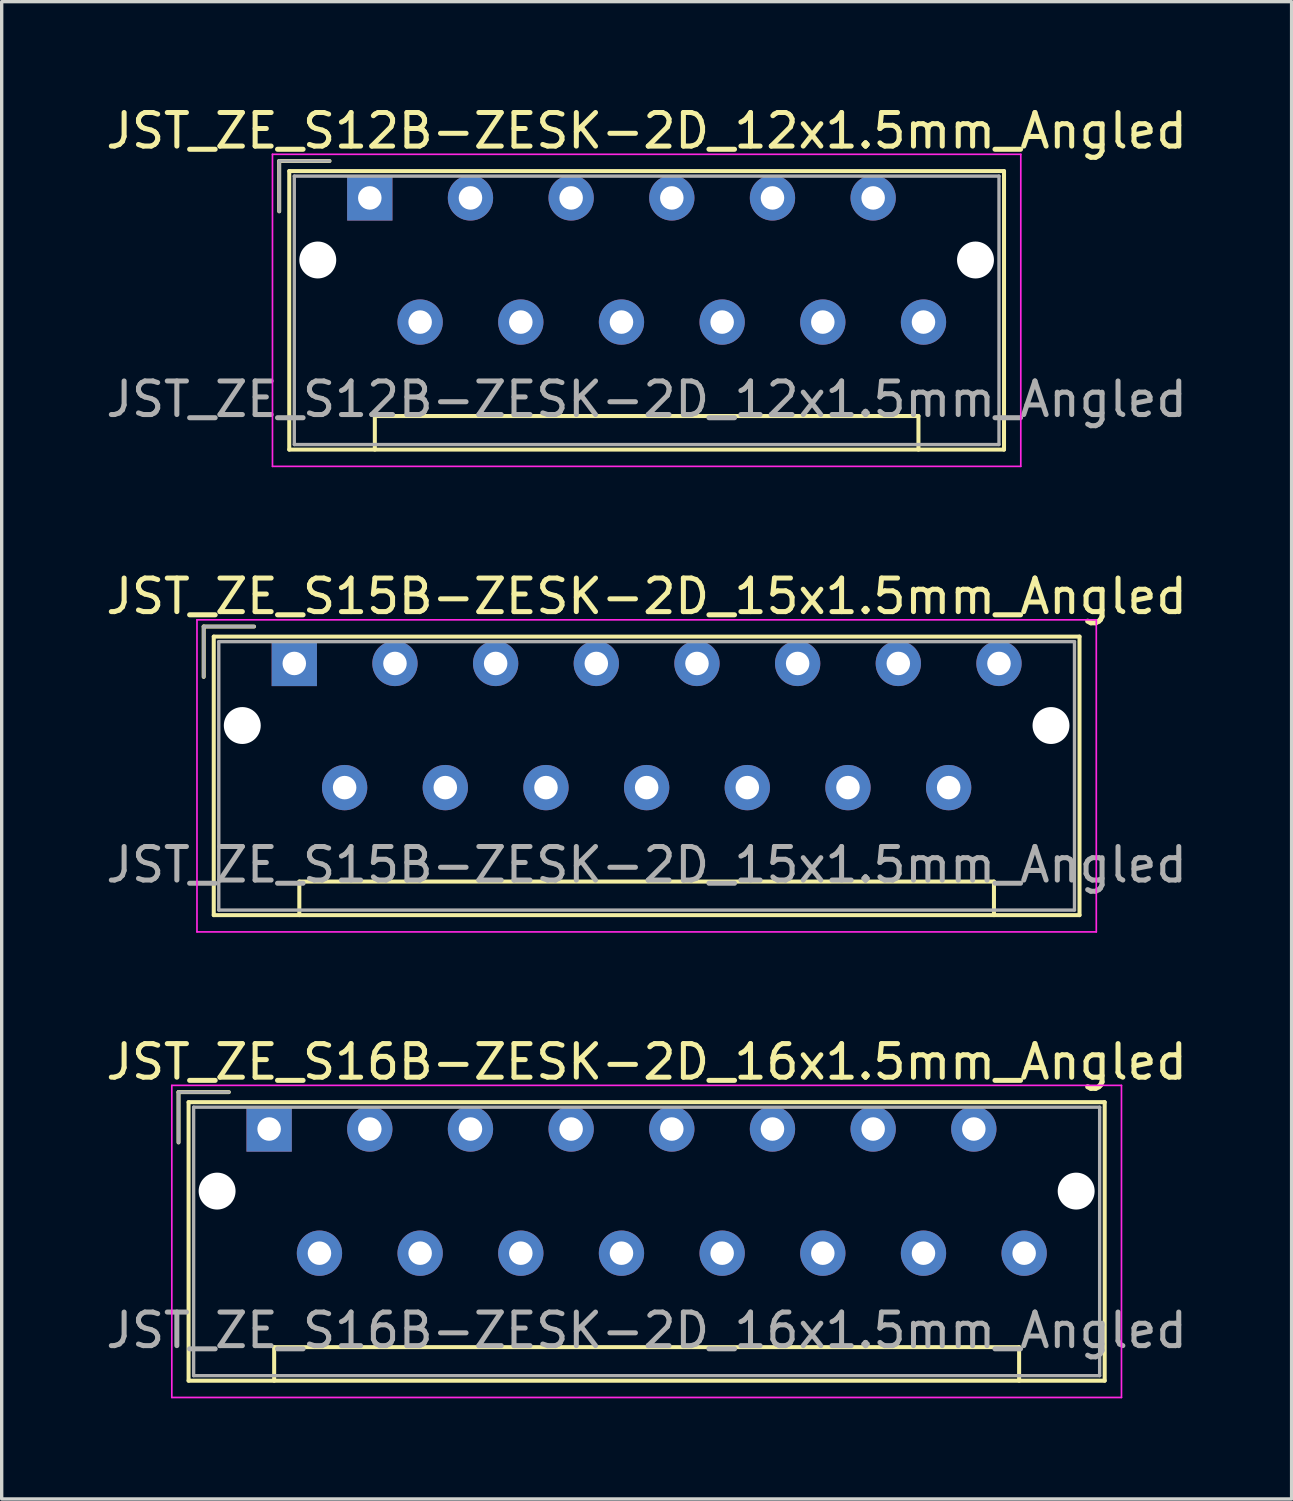
<source format=kicad_pcb>
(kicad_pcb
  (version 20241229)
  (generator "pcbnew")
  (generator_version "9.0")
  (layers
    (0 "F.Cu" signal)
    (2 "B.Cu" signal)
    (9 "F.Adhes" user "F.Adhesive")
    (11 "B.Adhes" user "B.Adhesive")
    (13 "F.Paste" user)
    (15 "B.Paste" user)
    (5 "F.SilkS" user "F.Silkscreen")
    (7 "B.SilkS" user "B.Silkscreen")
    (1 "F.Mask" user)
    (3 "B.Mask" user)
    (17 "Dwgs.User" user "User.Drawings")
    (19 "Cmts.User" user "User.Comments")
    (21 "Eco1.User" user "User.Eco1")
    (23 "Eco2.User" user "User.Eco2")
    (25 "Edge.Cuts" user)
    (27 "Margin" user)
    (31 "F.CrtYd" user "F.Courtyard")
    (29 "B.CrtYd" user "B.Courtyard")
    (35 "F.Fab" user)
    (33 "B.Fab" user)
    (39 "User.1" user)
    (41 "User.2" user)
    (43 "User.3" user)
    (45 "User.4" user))
  (footprint "JST_ZE_S16B-ZESK-2D_16x1.5mm_Angled"
    (layer "F.Cu")
    (at 4.97 30.595)
    (property "Reference" "JST_ZE_S16B-ZESK-2D_16x1.5mm_Angled" (at 11.25 -2 0) (layer "F.SilkS") (effects (font (size 1 1) (thickness 0.15))))
    (attr through_hole)
    (fp_line (start -2.7 -1.1) (end -1.2 -1.1) (stroke (width 0.12) (type solid)) (layer "F.SilkS"))
    (fp_line (start -2.7 0.4) (end -2.7 -1.1) (stroke (width 0.12) (type solid)) (layer "F.SilkS"))
    (fp_line (start -2.4 -0.8) (end -2.4 7.5) (stroke (width 0.12) (type solid)) (layer "F.SilkS"))
    (fp_line (start -2.4 7.5) (end 24.9 7.5) (stroke (width 0.12) (type solid)) (layer "F.SilkS"))
    (fp_line (start 0.15 6.5) (end 22.35 6.5) (stroke (width 0.12) (type solid)) (layer "F.SilkS"))
    (fp_line (start 0.15 7.5) (end 0.15 6.5) (stroke (width 0.12) (type solid)) (layer "F.SilkS"))
    (fp_line (start 22.35 6.5) (end 22.35 7.5) (stroke (width 0.12) (type solid)) (layer "F.SilkS"))
    (fp_line (start 24.9 -0.8) (end -2.4 -0.8) (stroke (width 0.12) (type solid)) (layer "F.SilkS"))
    (fp_line (start 24.9 7.5) (end 24.9 -0.8) (stroke (width 0.12) (type solid)) (layer "F.SilkS"))
    (fp_line (start -2.9 -1.3) (end -2.9 8) (stroke (width 0.05) (type solid)) (layer "F.CrtYd"))
    (fp_line (start -2.9 8) (end 25.4 8) (stroke (width 0.05) (type solid)) (layer "F.CrtYd"))
    (fp_line (start 25.4 -1.3) (end -2.9 -1.3) (stroke (width 0.05) (type solid)) (layer "F.CrtYd"))
    (fp_line (start 25.4 8) (end 25.4 -1.3) (stroke (width 0.05) (type solid)) (layer "F.CrtYd"))
    (fp_line (start -2.7 -1.1) (end -1.2 -1.1) (stroke (width 0.1) (type solid)) (layer "F.Fab"))
    (fp_line (start -2.7 0.4) (end -2.7 -1.1) (stroke (width 0.1) (type solid)) (layer "F.Fab"))
    (fp_line (start -2.25 -0.65) (end -2.25 7.35) (stroke (width 0.1) (type solid)) (layer "F.Fab"))
    (fp_line (start -2.25 7.35) (end 24.75 7.35) (stroke (width 0.1) (type solid)) (layer "F.Fab"))
    (fp_line (start 24.75 -0.65) (end -2.25 -0.65) (stroke (width 0.1) (type solid)) (layer "F.Fab"))
    (fp_line (start 24.75 7.35) (end 24.75 -0.65) (stroke (width 0.1) (type solid)) (layer "F.Fab"))
    (fp_text user "${REFERENCE}" (at 11.25 6 0) (layer "F.Fab") (effects (font (size 1 1) (thickness 0.15))))
    (pad "" np_thru_hole circle (at -1.55 1.85) (size 1.1 1.1) (drill 1.1) (layers "*.Cu"))
    (pad "" np_thru_hole circle (at 24.05 1.85) (size 1.1 1.1) (drill 1.1) (layers "*.Cu"))
    (pad "1" thru_hole rect (at 0 0) (size 1.35 1.35) (drill 0.7) (layers "*.Cu" "*.Mask"))
    (pad "2" thru_hole circle (at 1.5 3.7) (size 1.35 1.35) (drill 0.7) (layers "*.Cu" "*.Mask"))
    (pad "3" thru_hole circle (at 3 0) (size 1.35 1.35) (drill 0.7) (layers "*.Cu" "*.Mask"))
    (pad "4" thru_hole circle (at 4.5 3.7) (size 1.35 1.35) (drill 0.7) (layers "*.Cu" "*.Mask"))
    (pad "5" thru_hole circle (at 6 0) (size 1.35 1.35) (drill 0.7) (layers "*.Cu" "*.Mask"))
    (pad "6" thru_hole circle (at 7.5 3.7) (size 1.35 1.35) (drill 0.7) (layers "*.Cu" "*.Mask"))
    (pad "7" thru_hole circle (at 9 0) (size 1.35 1.35) (drill 0.7) (layers "*.Cu" "*.Mask"))
    (pad "8" thru_hole circle (at 10.5 3.7) (size 1.35 1.35) (drill 0.7) (layers "*.Cu" "*.Mask"))
    (pad "9" thru_hole circle (at 12 0) (size 1.35 1.35) (drill 0.7) (layers "*.Cu" "*.Mask"))
    (pad "10" thru_hole circle (at 13.5 3.7) (size 1.35 1.35) (drill 0.7) (layers "*.Cu" "*.Mask"))
    (pad "11" thru_hole circle (at 15 0) (size 1.35 1.35) (drill 0.7) (layers "*.Cu" "*.Mask"))
    (pad "12" thru_hole circle (at 16.5 3.7) (size 1.35 1.35) (drill 0.7) (layers "*.Cu" "*.Mask"))
    (pad "13" thru_hole circle (at 18 0) (size 1.35 1.35) (drill 0.7) (layers "*.Cu" "*.Mask"))
    (pad "14" thru_hole circle (at 19.5 3.7) (size 1.35 1.35) (drill 0.7) (layers "*.Cu" "*.Mask"))
    (pad "15" thru_hole circle (at 21 0) (size 1.35 1.35) (drill 0.7) (layers "*.Cu" "*.Mask"))
    (pad "16" thru_hole circle (at 22.5 3.7) (size 1.35 1.35) (drill 0.7) (layers "*.Cu" "*.Mask")))
  (footprint "JST_ZE_S15B-ZESK-2D_15x1.5mm_Angled"
    (layer "F.Cu")
    (at 5.72 16.721)
    (property "Reference" "JST_ZE_S15B-ZESK-2D_15x1.5mm_Angled" (at 10.5 -2 0) (layer "F.SilkS") (effects (font (size 1 1) (thickness 0.15))))
    (attr through_hole)
    (fp_line (start -2.7 -1.1) (end -1.2 -1.1) (stroke (width 0.12) (type solid)) (layer "F.SilkS"))
    (fp_line (start -2.7 0.4) (end -2.7 -1.1) (stroke (width 0.12) (type solid)) (layer "F.SilkS"))
    (fp_line (start -2.4 -0.8) (end -2.4 7.5) (stroke (width 0.12) (type solid)) (layer "F.SilkS"))
    (fp_line (start -2.4 7.5) (end 23.4 7.5) (stroke (width 0.12) (type solid)) (layer "F.SilkS"))
    (fp_line (start 0.15 6.5) (end 20.85 6.5) (stroke (width 0.12) (type solid)) (layer "F.SilkS"))
    (fp_line (start 0.15 7.5) (end 0.15 6.5) (stroke (width 0.12) (type solid)) (layer "F.SilkS"))
    (fp_line (start 20.85 6.5) (end 20.85 7.5) (stroke (width 0.12) (type solid)) (layer "F.SilkS"))
    (fp_line (start 23.4 -0.8) (end -2.4 -0.8) (stroke (width 0.12) (type solid)) (layer "F.SilkS"))
    (fp_line (start 23.4 7.5) (end 23.4 -0.8) (stroke (width 0.12) (type solid)) (layer "F.SilkS"))
    (fp_line (start -2.9 -1.3) (end -2.9 8) (stroke (width 0.05) (type solid)) (layer "F.CrtYd"))
    (fp_line (start -2.9 8) (end 23.9 8) (stroke (width 0.05) (type solid)) (layer "F.CrtYd"))
    (fp_line (start 23.9 -1.3) (end -2.9 -1.3) (stroke (width 0.05) (type solid)) (layer "F.CrtYd"))
    (fp_line (start 23.9 8) (end 23.9 -1.3) (stroke (width 0.05) (type solid)) (layer "F.CrtYd"))
    (fp_line (start -2.7 -1.1) (end -1.2 -1.1) (stroke (width 0.1) (type solid)) (layer "F.Fab"))
    (fp_line (start -2.7 0.4) (end -2.7 -1.1) (stroke (width 0.1) (type solid)) (layer "F.Fab"))
    (fp_line (start -2.25 -0.65) (end -2.25 7.35) (stroke (width 0.1) (type solid)) (layer "F.Fab"))
    (fp_line (start -2.25 7.35) (end 23.25 7.35) (stroke (width 0.1) (type solid)) (layer "F.Fab"))
    (fp_line (start 23.25 -0.65) (end -2.25 -0.65) (stroke (width 0.1) (type solid)) (layer "F.Fab"))
    (fp_line (start 23.25 7.35) (end 23.25 -0.65) (stroke (width 0.1) (type solid)) (layer "F.Fab"))
    (fp_text user "${REFERENCE}" (at 10.5 6 0) (layer "F.Fab") (effects (font (size 1 1) (thickness 0.15))))
    (pad "" np_thru_hole circle (at -1.55 1.85) (size 1.1 1.1) (drill 1.1) (layers "*.Cu"))
    (pad "" np_thru_hole circle (at 22.55 1.85) (size 1.1 1.1) (drill 1.1) (layers "*.Cu"))
    (pad "1" thru_hole rect (at 0 0) (size 1.35 1.35) (drill 0.7) (layers "*.Cu" "*.Mask"))
    (pad "2" thru_hole circle (at 1.5 3.7) (size 1.35 1.35) (drill 0.7) (layers "*.Cu" "*.Mask"))
    (pad "3" thru_hole circle (at 3 0) (size 1.35 1.35) (drill 0.7) (layers "*.Cu" "*.Mask"))
    (pad "4" thru_hole circle (at 4.5 3.7) (size 1.35 1.35) (drill 0.7) (layers "*.Cu" "*.Mask"))
    (pad "5" thru_hole circle (at 6 0) (size 1.35 1.35) (drill 0.7) (layers "*.Cu" "*.Mask"))
    (pad "6" thru_hole circle (at 7.5 3.7) (size 1.35 1.35) (drill 0.7) (layers "*.Cu" "*.Mask"))
    (pad "7" thru_hole circle (at 9 0) (size 1.35 1.35) (drill 0.7) (layers "*.Cu" "*.Mask"))
    (pad "8" thru_hole circle (at 10.5 3.7) (size 1.35 1.35) (drill 0.7) (layers "*.Cu" "*.Mask"))
    (pad "9" thru_hole circle (at 12 0) (size 1.35 1.35) (drill 0.7) (layers "*.Cu" "*.Mask"))
    (pad "10" thru_hole circle (at 13.5 3.7) (size 1.35 1.35) (drill 0.7) (layers "*.Cu" "*.Mask"))
    (pad "11" thru_hole circle (at 15 0) (size 1.35 1.35) (drill 0.7) (layers "*.Cu" "*.Mask"))
    (pad "12" thru_hole circle (at 16.5 3.7) (size 1.35 1.35) (drill 0.7) (layers "*.Cu" "*.Mask"))
    (pad "13" thru_hole circle (at 18 0) (size 1.35 1.35) (drill 0.7) (layers "*.Cu" "*.Mask"))
    (pad "14" thru_hole circle (at 19.5 3.7) (size 1.35 1.35) (drill 0.7) (layers "*.Cu" "*.Mask"))
    (pad "15" thru_hole circle (at 21 0) (size 1.35 1.35) (drill 0.7) (layers "*.Cu" "*.Mask")))
  (footprint "JST_ZE_S12B-ZESK-2D_12x1.5mm_Angled"
    (layer "F.Cu")
    (at 7.97 2.848)
    (property "Reference" "JST_ZE_S12B-ZESK-2D_12x1.5mm_Angled" (at 8.25 -2 0) (layer "F.SilkS") (effects (font (size 1 1) (thickness 0.15))))
    (attr through_hole)
    (fp_line (start -2.7 -1.1) (end -1.2 -1.1) (stroke (width 0.12) (type solid)) (layer "F.SilkS"))
    (fp_line (start -2.7 0.4) (end -2.7 -1.1) (stroke (width 0.12) (type solid)) (layer "F.SilkS"))
    (fp_line (start -2.4 -0.8) (end -2.4 7.5) (stroke (width 0.12) (type solid)) (layer "F.SilkS"))
    (fp_line (start -2.4 7.5) (end 18.9 7.5) (stroke (width 0.12) (type solid)) (layer "F.SilkS"))
    (fp_line (start 0.15 6.5) (end 16.35 6.5) (stroke (width 0.12) (type solid)) (layer "F.SilkS"))
    (fp_line (start 0.15 7.5) (end 0.15 6.5) (stroke (width 0.12) (type solid)) (layer "F.SilkS"))
    (fp_line (start 16.35 6.5) (end 16.35 7.5) (stroke (width 0.12) (type solid)) (layer "F.SilkS"))
    (fp_line (start 18.9 -0.8) (end -2.4 -0.8) (stroke (width 0.12) (type solid)) (layer "F.SilkS"))
    (fp_line (start 18.9 7.5) (end 18.9 -0.8) (stroke (width 0.12) (type solid)) (layer "F.SilkS"))
    (fp_line (start -2.9 -1.3) (end -2.9 8) (stroke (width 0.05) (type solid)) (layer "F.CrtYd"))
    (fp_line (start -2.9 8) (end 19.4 8) (stroke (width 0.05) (type solid)) (layer "F.CrtYd"))
    (fp_line (start 19.4 -1.3) (end -2.9 -1.3) (stroke (width 0.05) (type solid)) (layer "F.CrtYd"))
    (fp_line (start 19.4 8) (end 19.4 -1.3) (stroke (width 0.05) (type solid)) (layer "F.CrtYd"))
    (fp_line (start -2.7 -1.1) (end -1.2 -1.1) (stroke (width 0.1) (type solid)) (layer "F.Fab"))
    (fp_line (start -2.7 0.4) (end -2.7 -1.1) (stroke (width 0.1) (type solid)) (layer "F.Fab"))
    (fp_line (start -2.25 -0.65) (end -2.25 7.35) (stroke (width 0.1) (type solid)) (layer "F.Fab"))
    (fp_line (start -2.25 7.35) (end 18.75 7.35) (stroke (width 0.1) (type solid)) (layer "F.Fab"))
    (fp_line (start 18.75 -0.65) (end -2.25 -0.65) (stroke (width 0.1) (type solid)) (layer "F.Fab"))
    (fp_line (start 18.75 7.35) (end 18.75 -0.65) (stroke (width 0.1) (type solid)) (layer "F.Fab"))
    (fp_text user "${REFERENCE}" (at 8.25 6 0) (layer "F.Fab") (effects (font (size 1 1) (thickness 0.15))))
    (pad "" np_thru_hole circle (at -1.55 1.85) (size 1.1 1.1) (drill 1.1) (layers "*.Cu"))
    (pad "" np_thru_hole circle (at 18.05 1.85) (size 1.1 1.1) (drill 1.1) (layers "*.Cu"))
    (pad "1" thru_hole rect (at 0 0) (size 1.35 1.35) (drill 0.7) (layers "*.Cu" "*.Mask"))
    (pad "2" thru_hole circle (at 1.5 3.7) (size 1.35 1.35) (drill 0.7) (layers "*.Cu" "*.Mask"))
    (pad "3" thru_hole circle (at 3 0) (size 1.35 1.35) (drill 0.7) (layers "*.Cu" "*.Mask"))
    (pad "4" thru_hole circle (at 4.5 3.7) (size 1.35 1.35) (drill 0.7) (layers "*.Cu" "*.Mask"))
    (pad "5" thru_hole circle (at 6 0) (size 1.35 1.35) (drill 0.7) (layers "*.Cu" "*.Mask"))
    (pad "6" thru_hole circle (at 7.5 3.7) (size 1.35 1.35) (drill 0.7) (layers "*.Cu" "*.Mask"))
    (pad "7" thru_hole circle (at 9 0) (size 1.35 1.35) (drill 0.7) (layers "*.Cu" "*.Mask"))
    (pad "8" thru_hole circle (at 10.5 3.7) (size 1.35 1.35) (drill 0.7) (layers "*.Cu" "*.Mask"))
    (pad "9" thru_hole circle (at 12 0) (size 1.35 1.35) (drill 0.7) (layers "*.Cu" "*.Mask"))
    (pad "10" thru_hole circle (at 13.5 3.7) (size 1.35 1.35) (drill 0.7) (layers "*.Cu" "*.Mask"))
    (pad "11" thru_hole circle (at 15 0) (size 1.35 1.35) (drill 0.7) (layers "*.Cu" "*.Mask"))
    (pad "12" thru_hole circle (at 16.5 3.7) (size 1.35 1.35) (drill 0.7) (layers "*.Cu" "*.Mask")))
  (gr_rect
    (start -3 -3)
    (end 35.44 41.62)
    (stroke (width 0.1) (type default))
    (fill no)
    (layer "Edge.Cuts")))
</source>
